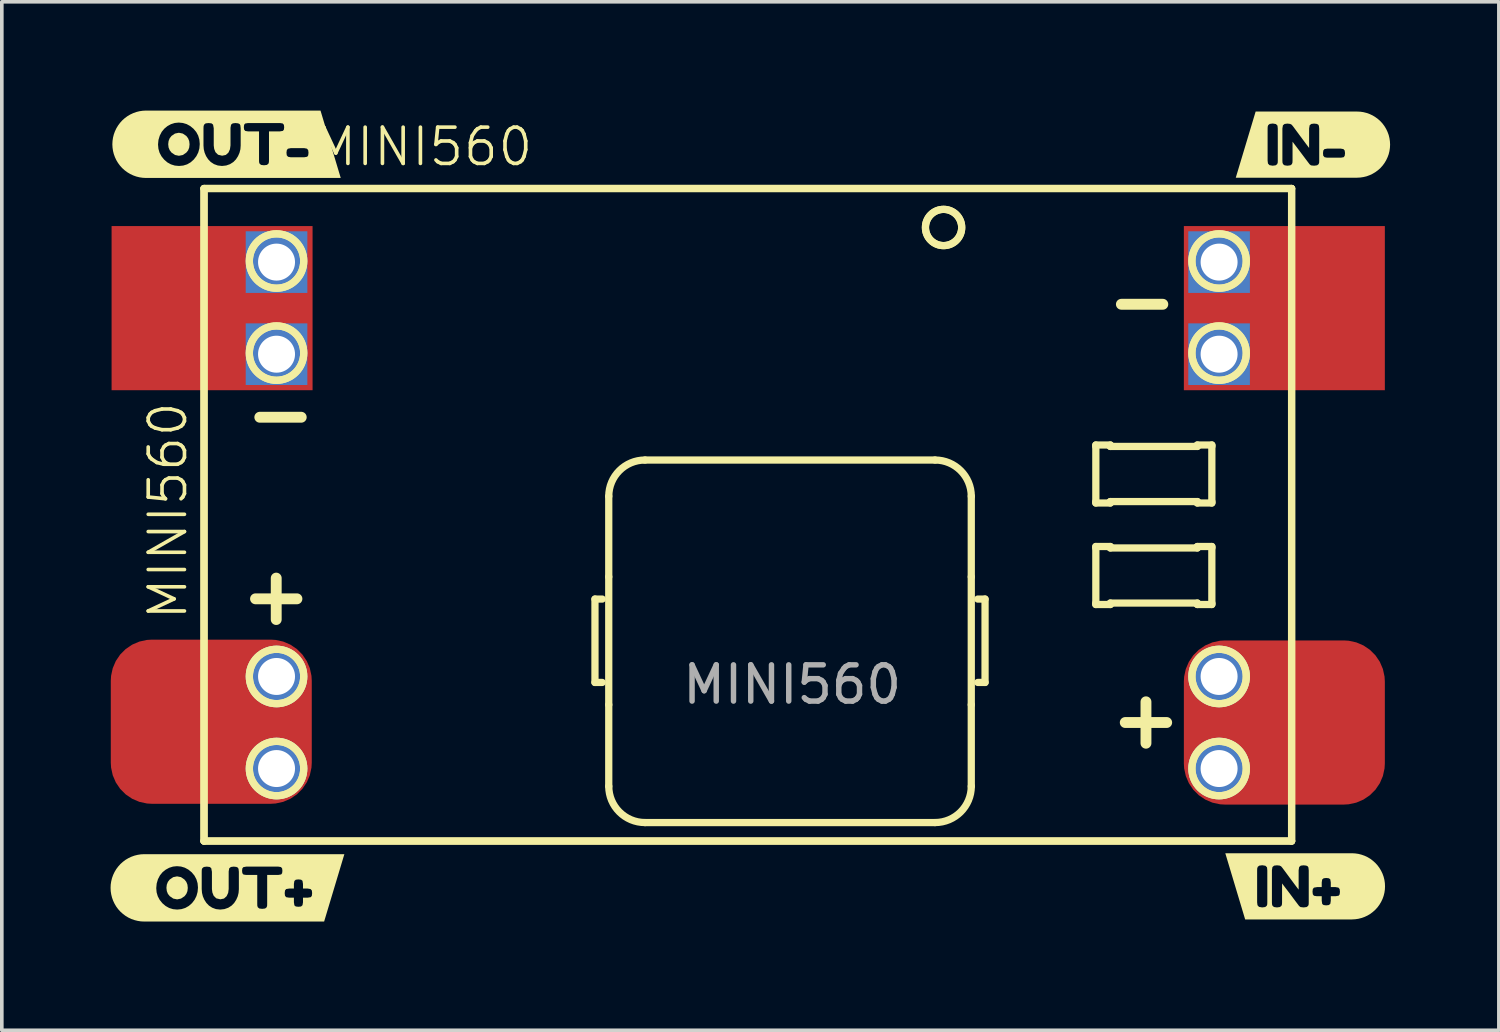
<source format=kicad_pcb>
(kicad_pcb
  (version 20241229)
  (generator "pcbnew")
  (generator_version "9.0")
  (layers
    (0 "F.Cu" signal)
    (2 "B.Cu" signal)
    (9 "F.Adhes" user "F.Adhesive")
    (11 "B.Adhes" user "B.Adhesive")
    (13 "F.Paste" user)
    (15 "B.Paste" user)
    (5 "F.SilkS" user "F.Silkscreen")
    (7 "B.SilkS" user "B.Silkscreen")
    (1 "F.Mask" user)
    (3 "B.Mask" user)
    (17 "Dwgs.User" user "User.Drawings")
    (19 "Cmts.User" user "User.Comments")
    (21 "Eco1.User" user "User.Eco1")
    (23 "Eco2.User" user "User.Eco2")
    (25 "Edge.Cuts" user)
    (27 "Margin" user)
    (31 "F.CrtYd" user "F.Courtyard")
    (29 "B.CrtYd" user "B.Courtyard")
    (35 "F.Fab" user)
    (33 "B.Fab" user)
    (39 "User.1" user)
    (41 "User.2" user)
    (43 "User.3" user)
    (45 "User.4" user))
  (footprint "MINI560"
    (layer "F.Cu")
    (at 4.578 4.15)
    (property "Reference" "MINI560" (at 4.064 -3.15 0) (unlocked yes) (layer "F.SilkS") (effects (font (size 1 1) (thickness 0.1))))
    (attr through_hole)
    (fp_line (start -2 -2) (end -2 16) (stroke (width 0.2) (type solid)) (layer "F.SilkS"))
    (fp_line (start -2 -2) (end 28 -2) (stroke (width 0.2) (type solid)) (layer "F.SilkS"))
    (fp_line (start -2 16) (end -2 -2) (stroke (width 0.2) (type solid)) (layer "F.SilkS"))
    (fp_line (start -2 16) (end 28 16) (stroke (width 0.2) (type solid)) (layer "F.SilkS"))
    (fp_line (start 8.784 11.625) (end 8.784 9.325) (stroke (width 0.2) (type solid)) (layer "F.SilkS"))
    (fp_line (start 8.784 11.625) (end 8.984 11.625) (stroke (width 0.2) (type solid)) (layer "F.SilkS"))
    (fp_line (start 8.984 9.325) (end 8.784 9.325) (stroke (width 0.2) (type solid)) (layer "F.SilkS"))
    (fp_line (start 9.164 6.49) (end 9.164 8.711) (stroke (width 0.2) (type solid)) (layer "F.SilkS"))
    (fp_line (start 9.164 8.711) (end 9.164 12.239) (stroke (width 0.2) (type solid)) (layer "F.SilkS"))
    (fp_line (start 9.164 12.239) (end 9.164 14.49) (stroke (width 0.2) (type solid)) (layer "F.SilkS"))
    (fp_line (start 10.164 15.49) (end 18.164 15.49) (stroke (width 0.2) (type solid)) (layer "F.SilkS"))
    (fp_line (start 18.164 5.49) (end 10.164 5.49) (stroke (width 0.2) (type solid)) (layer "F.SilkS"))
    (fp_line (start 19.164 8.711) (end 19.164 6.49) (stroke (width 0.2) (type solid)) (layer "F.SilkS"))
    (fp_line (start 19.164 12.239) (end 19.164 8.711) (stroke (width 0.2) (type solid)) (layer "F.SilkS"))
    (fp_line (start 19.164 14.49) (end 19.164 12.239) (stroke (width 0.2) (type solid)) (layer "F.SilkS"))
    (fp_line (start 19.344 9.325) (end 19.544 9.325) (stroke (width 0.2) (type solid)) (layer "F.SilkS"))
    (fp_line (start 19.544 11.625) (end 19.344 11.625) (stroke (width 0.2) (type solid)) (layer "F.SilkS"))
    (fp_line (start 19.544 11.625) (end 19.544 9.325) (stroke (width 0.2) (type solid)) (layer "F.SilkS"))
    (fp_line (start 22.6 5.075) (end 22.6 5.115) (stroke (width 0.2) (type solid)) (layer "F.SilkS"))
    (fp_line (start 22.6 5.115) (end 22.6 6.635) (stroke (width 0.2) (type solid)) (layer "F.SilkS"))
    (fp_line (start 22.6 6.635) (end 22.6 6.675) (stroke (width 0.2) (type solid)) (layer "F.SilkS"))
    (fp_line (start 22.6 6.675) (end 23 6.675) (stroke (width 0.2) (type solid)) (layer "F.SilkS"))
    (fp_line (start 22.6 7.875) (end 22.6 7.915) (stroke (width 0.2) (type solid)) (layer "F.SilkS"))
    (fp_line (start 22.6 7.915) (end 22.6 9.435) (stroke (width 0.2) (type solid)) (layer "F.SilkS"))
    (fp_line (start 22.6 9.435) (end 22.6 9.475) (stroke (width 0.2) (type solid)) (layer "F.SilkS"))
    (fp_line (start 22.6 9.475) (end 23 9.475) (stroke (width 0.2) (type solid)) (layer "F.SilkS"))
    (fp_line (start 23 5.075) (end 22.6 5.075) (stroke (width 0.2) (type solid)) (layer "F.SilkS"))
    (fp_line (start 23 5.115) (end 23 5.075) (stroke (width 0.2) (type solid)) (layer "F.SilkS"))
    (fp_line (start 23 6.635) (end 25.4 6.635) (stroke (width 0.2) (type solid)) (layer "F.SilkS"))
    (fp_line (start 23 6.675) (end 23 6.635) (stroke (width 0.2) (type solid)) (layer "F.SilkS"))
    (fp_line (start 23 7.875) (end 22.6 7.875) (stroke (width 0.2) (type solid)) (layer "F.SilkS"))
    (fp_line (start 23 7.915) (end 23 7.875) (stroke (width 0.2) (type solid)) (layer "F.SilkS"))
    (fp_line (start 23 9.435) (end 25.4 9.435) (stroke (width 0.2) (type solid)) (layer "F.SilkS"))
    (fp_line (start 23 9.475) (end 23 9.435) (stroke (width 0.2) (type solid)) (layer "F.SilkS"))
    (fp_line (start 25.4 5.075) (end 25.4 5.115) (stroke (width 0.2) (type solid)) (layer "F.SilkS"))
    (fp_line (start 25.4 5.115) (end 23 5.115) (stroke (width 0.2) (type solid)) (layer "F.SilkS"))
    (fp_line (start 25.4 6.635) (end 25.4 6.675) (stroke (width 0.2) (type solid)) (layer "F.SilkS"))
    (fp_line (start 25.4 6.675) (end 25.8 6.675) (stroke (width 0.2) (type solid)) (layer "F.SilkS"))
    (fp_line (start 25.4 7.875) (end 25.4 7.915) (stroke (width 0.2) (type solid)) (layer "F.SilkS"))
    (fp_line (start 25.4 7.915) (end 23 7.915) (stroke (width 0.2) (type solid)) (layer "F.SilkS"))
    (fp_line (start 25.4 9.435) (end 25.4 9.475) (stroke (width 0.2) (type solid)) (layer "F.SilkS"))
    (fp_line (start 25.4 9.475) (end 25.8 9.475) (stroke (width 0.2) (type solid)) (layer "F.SilkS"))
    (fp_line (start 25.8 5.075) (end 25.4 5.075) (stroke (width 0.2) (type solid)) (layer "F.SilkS"))
    (fp_line (start 25.8 5.115) (end 25.8 5.075) (stroke (width 0.2) (type solid)) (layer "F.SilkS"))
    (fp_line (start 25.8 6.635) (end 25.8 5.115) (stroke (width 0.2) (type solid)) (layer "F.SilkS"))
    (fp_line (start 25.8 6.675) (end 25.8 6.635) (stroke (width 0.2) (type solid)) (layer "F.SilkS"))
    (fp_line (start 25.8 7.875) (end 25.4 7.875) (stroke (width 0.2) (type solid)) (layer "F.SilkS"))
    (fp_line (start 25.8 7.915) (end 25.8 7.875) (stroke (width 0.2) (type solid)) (layer "F.SilkS"))
    (fp_line (start 25.8 9.435) (end 25.8 7.915) (stroke (width 0.2) (type solid)) (layer "F.SilkS"))
    (fp_line (start 25.8 9.475) (end 25.8 9.435) (stroke (width 0.2) (type solid)) (layer "F.SilkS"))
    (fp_line (start 28 -2) (end -2 -2) (stroke (width 0.2) (type solid)) (layer "F.SilkS"))
    (fp_line (start 28 -2) (end 28 16) (stroke (width 0.2) (type solid)) (layer "F.SilkS"))
    (fp_line (start 28 16) (end -2 16) (stroke (width 0.2) (type solid)) (layer "F.SilkS"))
    (fp_line (start 28 16) (end 28 -2) (stroke (width 0.2) (type solid)) (layer "F.SilkS"))
    (fp_arc (start 9.164376 6.489546) (mid 9.45727 5.78244) (end 10.164376 5.489546) (stroke (width 0.2) (type solid)) (layer "F.SilkS"))
    (fp_arc (start 10.164376 15.489546) (mid 9.457269 15.196653) (end 9.164376 14.489546) (stroke (width 0.2) (type solid)) (layer "F.SilkS"))
    (fp_arc (start 18.164376 5.489546) (mid 18.871487 5.782438) (end 19.164376 6.489546) (stroke (width 0.2) (type solid)) (layer "F.SilkS"))
    (fp_arc (start 19.164376 14.489546) (mid 18.871483 15.196653) (end 18.164376 15.489546) (stroke (width 0.2) (type solid)) (layer "F.SilkS"))
    (fp_circle (center 0 0) (end 0 -0.75) (stroke (width 0.2) (type solid)) (fill no) (layer "F.SilkS"))
    (fp_circle (center 0 0) (end 0 -0.75) (stroke (width 0.2) (type solid)) (fill no) (layer "F.SilkS"))
    (fp_circle (center 0 2.54) (end 0 1.79) (stroke (width 0.2) (type solid)) (fill no) (layer "F.SilkS"))
    (fp_circle (center 0 2.54) (end 0 1.79) (stroke (width 0.2) (type solid)) (fill no) (layer "F.SilkS"))
    (fp_circle (center 0 11.46) (end 0 10.71) (stroke (width 0.2) (type solid)) (fill no) (layer "F.SilkS"))
    (fp_circle (center 0 11.46) (end 0 10.71) (stroke (width 0.2) (type solid)) (fill no) (layer "F.SilkS"))
    (fp_circle (center 0 14) (end 0 13.25) (stroke (width 0.2) (type solid)) (fill no) (layer "F.SilkS"))
    (fp_circle (center 0 14) (end 0 13.25) (stroke (width 0.2) (type solid)) (fill no) (layer "F.SilkS"))
    (fp_circle (center 18.4 -0.925) (end 18.4 -1.425) (stroke (width 0.2) (type solid)) (fill no) (layer "F.SilkS"))
    (fp_circle (center 18.4 -0.925) (end 18.4 -1.425) (stroke (width 0.2) (type solid)) (fill no) (layer "F.SilkS"))
    (fp_circle (center 26 0) (end 26 -0.75) (stroke (width 0.2) (type solid)) (fill no) (layer "F.SilkS"))
    (fp_circle (center 26 0) (end 26 -0.75) (stroke (width 0.2) (type solid)) (fill no) (layer "F.SilkS"))
    (fp_circle (center 26 2.54) (end 26 1.79) (stroke (width 0.2) (type solid)) (fill no) (layer "F.SilkS"))
    (fp_circle (center 26 2.54) (end 26 1.79) (stroke (width 0.2) (type solid)) (fill no) (layer "F.SilkS"))
    (fp_circle (center 26 11.46) (end 26 10.71) (stroke (width 0.2) (type solid)) (fill no) (layer "F.SilkS"))
    (fp_circle (center 26 11.46) (end 26 10.71) (stroke (width 0.2) (type solid)) (fill no) (layer "F.SilkS"))
    (fp_circle (center 26 14) (end 26 13.25) (stroke (width 0.2) (type solid)) (fill no) (layer "F.SilkS"))
    (fp_circle (center 26 14) (end 26 13.25) (stroke (width 0.2) (type solid)) (fill no) (layer "F.SilkS"))
    (fp_poly (pts (xy -3.037 17.291) (xy -3.027 17.379) (xy -2.997 17.456) (xy -2.946 17.52) (xy -2.849 17.587) (xy -2.742 17.609) (xy -2.635 17.587) (xy -2.539 17.523) (xy -2.489 17.459) (xy -2.458 17.382) (xy -2.448 17.293) (xy -2.458 17.203) (xy -2.489 17.125) (xy -2.54 17.061) (xy -2.636 16.995) (xy -2.744 16.974) (xy -2.851 16.996) (xy -2.947 17.062) (xy -2.997 17.126) (xy -3.027 17.203) (xy -3.037 17.291)) (stroke (width 0) (type solid)) (fill yes) (layer "F.SilkS"))
    (fp_poly (pts (xy -2.988 -3.221) (xy -2.978 -3.132) (xy -2.947 -3.056) (xy -2.897 -2.991) (xy -2.8 -2.925) (xy -2.693 -2.903) (xy -2.586 -2.924) (xy -2.49 -2.989) (xy -2.439 -3.052) (xy -2.409 -3.129) (xy -2.399 -3.219) (xy -2.409 -3.309) (xy -2.44 -3.386) (xy -2.49 -3.451) (xy -2.587 -3.516) (xy -2.694 -3.538) (xy -2.801 -3.516) (xy -2.898 -3.45) (xy -2.948 -3.385) (xy -2.978 -3.309) (xy -2.988 -3.221)) (stroke (width 0) (type solid)) (fill yes) (layer "F.SilkS"))
    (fp_poly (pts (xy 27.338 -4.123) (xy 27.008 -4.123) (xy 26.46 -2.298) (xy 27.008 -2.298) (xy 27.338 -2.298) (xy 27.478 -2.298) (xy 27.478 -2.629) (xy 27.39 -2.644) (xy 27.348 -2.689) (xy 27.338 -2.77) (xy 27.338 -3.653) (xy 27.341 -3.708) (xy 27.356 -3.75) (xy 27.398 -3.782) (xy 27.48 -3.793) (xy 27.568 -3.778) (xy 27.611 -3.734) (xy 27.619 -3.651) (xy 27.619 -2.769) (xy 27.617 -2.713) (xy 27.602 -2.672) (xy 27.56 -2.64) (xy 27.478 -2.629) (xy 27.478 -2.298) (xy 28.621 -2.298) (xy 28.621 -2.629) (xy 28.535 -2.638) (xy 28.496 -2.669) (xy 28.383 -2.818) (xy 28.285 -2.949) (xy 28.2 -3.062) (xy 28.128 -3.157) (xy 28.07 -3.233) (xy 28.026 -3.291) (xy 28.026 -2.769) (xy 28.023 -2.713) (xy 28.008 -2.672) (xy 27.966 -2.64) (xy 27.884 -2.629) (xy 27.805 -2.64) (xy 27.764 -2.672) (xy 27.749 -2.715) (xy 27.746 -2.77) (xy 27.746 -3.656) (xy 27.761 -3.744) (xy 27.807 -3.781) (xy 27.884 -3.791) (xy 27.96 -3.782) (xy 27.999 -3.762) (xy 28.035 -3.721) (xy 28.141 -3.578) (xy 28.234 -3.452) (xy 28.315 -3.343) (xy 28.383 -3.251) (xy 28.439 -3.177) (xy 28.483 -3.119) (xy 28.483 -3.656) (xy 28.498 -3.744) (xy 28.543 -3.781) (xy 28.619 -3.791) (xy 28.692 -3.783) (xy 28.733 -3.764) (xy 28.753 -3.731) (xy 28.762 -3.65) (xy 28.762 -2.769) (xy 28.76 -2.713) (xy 28.745 -2.672) (xy 28.703 -2.64) (xy 28.621 -2.629) (xy 28.621 -2.298) (xy 29.358 -2.298) (xy 29.358 -2.85) (xy 28.98 -2.85) (xy 28.909 -2.863) (xy 28.873 -2.904) (xy 28.866 -2.977) (xy 28.875 -3.048) (xy 28.905 -3.086) (xy 28.981 -3.1) (xy 29.359 -3.1) (xy 29.43 -3.087) (xy 29.464 -3.048) (xy 29.474 -2.975) (xy 29.465 -2.903) (xy 29.437 -2.864) (xy 29.358 -2.85) (xy 29.358 -2.298) (xy 29.474 -2.298) (xy 29.804 -2.298) (xy 29.894 -2.303) (xy 29.982 -2.316) (xy 30.069 -2.337) (xy 30.153 -2.368) (xy 30.234 -2.406) (xy 30.311 -2.452) (xy 30.383 -2.505) (xy 30.45 -2.565) (xy 30.51 -2.632) (xy 30.563 -2.704) (xy 30.609 -2.781) (xy 30.647 -2.862) (xy 30.678 -2.946) (xy 30.699 -3.033) (xy 30.712 -3.121) (xy 30.717 -3.211) (xy 30.712 -3.3) (xy 30.699 -3.389) (xy 30.678 -3.476) (xy 30.647 -3.56) (xy 30.609 -3.641) (xy 30.563 -3.718) (xy 30.51 -3.79) (xy 30.45 -3.856) (xy 30.383 -3.916) (xy 30.311 -3.969) (xy 30.234 -4.016) (xy 30.153 -4.054) (xy 30.069 -4.084) (xy 29.982 -4.106) (xy 29.894 -4.119) (xy 29.804 -4.123) (xy 29.474 -4.123) (xy 27.338 -4.123)) (stroke (width 0) (type solid)) (fill yes) (layer "F.SilkS"))
    (fp_poly (pts (xy 27.049 16.336) (xy 26.719 16.336) (xy 26.171 16.336) (xy 26.719 18.162) (xy 27.049 18.162) (xy 27.189 18.162) (xy 27.189 17.831) (xy 27.101 17.816) (xy 27.059 17.77) (xy 27.049 17.69) (xy 27.049 16.807) (xy 27.052 16.752) (xy 27.067 16.71) (xy 27.109 16.678) (xy 27.191 16.667) (xy 27.279 16.682) (xy 27.322 16.726) (xy 27.33 16.808) (xy 27.33 17.691) (xy 27.328 17.747) (xy 27.313 17.788) (xy 27.271 17.82) (xy 27.189 17.831) (xy 27.189 18.162) (xy 28.332 18.162) (xy 28.332 17.831) (xy 28.246 17.821) (xy 28.207 17.791) (xy 28.094 17.642) (xy 27.996 17.51) (xy 27.911 17.397) (xy 27.839 17.303) (xy 27.781 17.227) (xy 27.737 17.169) (xy 27.737 17.691) (xy 27.734 17.747) (xy 27.719 17.788) (xy 27.677 17.82) (xy 27.596 17.831) (xy 27.516 17.82) (xy 27.475 17.788) (xy 27.46 17.745) (xy 27.457 17.69) (xy 27.457 16.804) (xy 27.472 16.716) (xy 27.518 16.678) (xy 27.596 16.669) (xy 27.671 16.677) (xy 27.71 16.697) (xy 27.746 16.739) (xy 27.852 16.882) (xy 27.945 17.008) (xy 28.026 17.117) (xy 28.094 17.209) (xy 28.15 17.283) (xy 28.194 17.34) (xy 28.194 16.804) (xy 28.209 16.716) (xy 28.254 16.678) (xy 28.33 16.669) (xy 28.403 16.677) (xy 28.444 16.696) (xy 28.464 16.729) (xy 28.473 16.81) (xy 28.473 17.691) (xy 28.471 17.747) (xy 28.456 17.788) (xy 28.414 17.82) (xy 28.332 17.831) (xy 28.332 18.162) (xy 28.955 18.162) (xy 28.955 17.774) (xy 28.883 17.765) (xy 28.845 17.736) (xy 28.831 17.648) (xy 28.831 17.521) (xy 28.692 17.521) (xy 28.616 17.509) (xy 28.585 17.468) (xy 28.577 17.396) (xy 28.585 17.324) (xy 28.616 17.285) (xy 28.704 17.27) (xy 28.831 17.27) (xy 28.831 17.142) (xy 28.843 17.061) (xy 28.884 17.027) (xy 28.956 17.018) (xy 29.028 17.027) (xy 29.067 17.056) (xy 29.081 17.143) (xy 29.081 17.27) (xy 29.21 17.27) (xy 29.291 17.284) (xy 29.325 17.324) (xy 29.334 17.397) (xy 29.326 17.469) (xy 29.299 17.507) (xy 29.218 17.521) (xy 29.081 17.521) (xy 29.081 17.65) (xy 29.068 17.731) (xy 29.027 17.765) (xy 28.955 17.774) (xy 28.955 18.162) (xy 29.334 18.162) (xy 29.665 18.162) (xy 29.754 18.157) (xy 29.843 18.144) (xy 29.929 18.122) (xy 30.014 18.092) (xy 30.095 18.054) (xy 30.172 18.008) (xy 30.243 17.954) (xy 30.31 17.894) (xy 30.37 17.828) (xy 30.423 17.756) (xy 30.469 17.679) (xy 30.508 17.598) (xy 30.538 17.514) (xy 30.56 17.427) (xy 30.573 17.338) (xy 30.577 17.249) (xy 30.573 17.16) (xy 30.56 17.071) (xy 30.538 16.984) (xy 30.508 16.9) (xy 30.469 16.819) (xy 30.423 16.742) (xy 30.37 16.67) (xy 30.31 16.604) (xy 30.243 16.544) (xy 30.172 16.49) (xy 30.095 16.444) (xy 30.014 16.406) (xy 29.929 16.376) (xy 29.843 16.354) (xy 29.754 16.341) (xy 29.665 16.336) (xy 29.334 16.336) (xy 27.049 16.336)) (stroke (width 0) (type solid)) (fill yes) (layer "F.SilkS"))
    (fp_poly (pts (xy -3.269 -4.15) (xy -3.6 -4.15) (xy -3.691 -4.145) (xy -3.781 -4.132) (xy -3.869 -4.11) (xy -3.955 -4.079) (xy -4.038 -4.04) (xy -4.116 -3.993) (xy -4.189 -3.939) (xy -4.257 -3.878) (xy -4.318 -3.81) (xy -4.372 -3.737) (xy -4.419 -3.659) (xy -4.458 -3.576) (xy -4.489 -3.49) (xy -4.511 -3.402) (xy -4.524 -3.312) (xy -4.529 -3.221) (xy -4.524 -3.129) (xy -4.511 -3.039) (xy -4.489 -2.951) (xy -4.458 -2.865) (xy -4.419 -2.782) (xy -4.372 -2.704) (xy -4.318 -2.631) (xy -4.257 -2.563) (xy -4.189 -2.502) (xy -4.116 -2.448) (xy -4.038 -2.401) (xy -3.955 -2.362) (xy -3.869 -2.331) (xy -3.781 -2.309) (xy -3.691 -2.296) (xy -3.6 -2.291) (xy -3.269 -2.291) (xy -2.69 -2.291) (xy -2.69 -2.622) (xy -2.806 -2.633) (xy -2.913 -2.666) (xy -3.011 -2.72) (xy -3.1 -2.797) (xy -3.174 -2.888) (xy -3.227 -2.988) (xy -3.258 -3.096) (xy -3.269 -3.213) (xy -3.257 -3.34) (xy -3.221 -3.459) (xy -3.166 -3.565) (xy -3.094 -3.652) (xy -3.009 -3.722) (xy -2.912 -3.775) (xy -2.807 -3.808) (xy -2.699 -3.819) (xy -2.585 -3.808) (xy -2.48 -3.777) (xy -2.381 -3.723) (xy -2.291 -3.649) (xy -2.215 -3.559) (xy -2.161 -3.459) (xy -2.129 -3.348) (xy -2.118 -3.228) (xy -2.128 -3.107) (xy -2.159 -2.995) (xy -2.211 -2.892) (xy -2.283 -2.799) (xy -2.37 -2.722) (xy -2.467 -2.666) (xy -2.574 -2.633) (xy -2.69 -2.622) (xy -2.69 -2.291) (xy -1.504 -2.291) (xy -1.504 -2.622) (xy -1.62 -2.635) (xy -1.725 -2.673) (xy -1.815 -2.732) (xy -1.886 -2.806) (xy -1.943 -2.893) (xy -1.983 -2.986) (xy -2.007 -3.084) (xy -2.015 -3.187) (xy -2.015 -3.665) (xy -2.012 -3.721) (xy -1.997 -3.763) (xy -1.955 -3.797) (xy -1.874 -3.806) (xy -1.793 -3.797) (xy -1.751 -3.763) (xy -1.732 -3.663) (xy -1.732 -3.187) (xy -1.72 -3.093) (xy -1.685 -3.003) (xy -1.613 -2.932) (xy -1.501 -2.905) (xy -1.399 -2.926) (xy -1.327 -2.99) (xy -1.285 -3.083) (xy -1.27 -3.189) (xy -1.27 -3.675) (xy -1.254 -3.762) (xy -1.208 -3.797) (xy -1.133 -3.806) (xy -1.061 -3.798) (xy -1.019 -3.779) (xy -0.999 -3.746) (xy -0.989 -3.663) (xy -0.989 -3.184) (xy -0.997 -3.082) (xy -1.022 -2.984) (xy -1.063 -2.891) (xy -1.12 -2.803) (xy -1.192 -2.73) (xy -1.283 -2.672) (xy -1.388 -2.635) (xy -1.504 -2.622) (xy -1.504 -2.291) (xy -0.346 -2.291) (xy -0.346 -2.641) (xy -0.425 -2.651) (xy -0.466 -2.683) (xy -0.481 -2.724) (xy -0.483 -2.779) (xy -0.483 -3.576) (xy -0.788 -3.576) (xy -0.862 -3.588) (xy -0.894 -3.625) (xy -0.902 -3.692) (xy -0.894 -3.758) (xy -0.867 -3.792) (xy -0.786 -3.806) (xy 0.097 -3.806) (xy 0.171 -3.794) (xy 0.203 -3.757) (xy 0.211 -3.69) (xy 0.203 -3.625) (xy 0.176 -3.59) (xy 0.095 -3.576) (xy -0.208 -3.576) (xy -0.208 -2.778) (xy -0.211 -2.724) (xy -0.225 -2.683) (xy -0.267 -2.651) (xy -0.346 -2.641) (xy -0.346 -2.291) (xy 0.766 -2.291) (xy 0.766 -2.862) (xy 0.389 -2.862) (xy 0.318 -2.875) (xy 0.282 -2.916) (xy 0.274 -2.989) (xy 0.284 -3.06) (xy 0.314 -3.098) (xy 0.39 -3.113) (xy 0.768 -3.113) (xy 0.839 -3.099) (xy 0.873 -3.06) (xy 0.882 -2.987) (xy 0.874 -2.915) (xy 0.846 -2.876) (xy 0.766 -2.862) (xy 0.766 -2.291) (xy 0.882 -2.291) (xy 1.213 -2.291) (xy 1.771 -2.291) (xy 1.213 -4.15) (xy 0.882 -4.15) (xy -3.269 -4.15)) (stroke (width 0) (type solid)) (fill yes) (layer "F.SilkS"))
    (fp_poly (pts (xy -3.318 16.362) (xy -3.649 16.362) (xy -3.74 16.366) (xy -3.83 16.38) (xy -3.919 16.402) (xy -4.005 16.433) (xy -4.087 16.472) (xy -4.165 16.518) (xy -4.238 16.573) (xy -4.306 16.634) (xy -4.367 16.702) (xy -4.422 16.775) (xy -4.468 16.853) (xy -4.507 16.935) (xy -4.538 17.021) (xy -4.56 17.11) (xy -4.574 17.2) (xy -4.578 17.291) (xy -4.574 17.382) (xy -4.56 17.472) (xy -4.538 17.561) (xy -4.507 17.647) (xy -4.468 17.729) (xy -4.422 17.807) (xy -4.367 17.881) (xy -4.306 17.948) (xy -4.238 18.009) (xy -4.165 18.064) (xy -4.087 18.111) (xy -4.005 18.15) (xy -3.919 18.18) (xy -3.83 18.202) (xy -3.74 18.216) (xy -3.649 18.22) (xy -3.318 18.22) (xy -2.739 18.22) (xy -2.739 17.89) (xy -2.855 17.879) (xy -2.962 17.846) (xy -3.06 17.791) (xy -3.149 17.715) (xy -3.223 17.623) (xy -3.276 17.524) (xy -3.308 17.415) (xy -3.318 17.299) (xy -3.306 17.171) (xy -3.271 17.052) (xy -3.215 16.946) (xy -3.144 16.859) (xy -3.058 16.79) (xy -2.961 16.737) (xy -2.856 16.704) (xy -2.748 16.693) (xy -2.635 16.703) (xy -2.529 16.735) (xy -2.431 16.788) (xy -2.34 16.862) (xy -2.265 16.952) (xy -2.211 17.053) (xy -2.178 17.163) (xy -2.167 17.284) (xy -2.178 17.405) (xy -2.209 17.517) (xy -2.26 17.619) (xy -2.332 17.713) (xy -2.42 17.79) (xy -2.517 17.845) (xy -2.623 17.878) (xy -2.739 17.89) (xy -2.739 18.22) (xy -1.554 18.22) (xy -1.554 17.89) (xy -1.67 17.877) (xy -1.774 17.839) (xy -1.864 17.78) (xy -1.936 17.705) (xy -1.992 17.618) (xy -2.032 17.526) (xy -2.056 17.428) (xy -2.064 17.324) (xy -2.064 16.847) (xy -2.062 16.79) (xy -2.047 16.748) (xy -2.004 16.715) (xy -1.923 16.705) (xy -1.842 16.715) (xy -1.801 16.748) (xy -1.782 16.848) (xy -1.782 17.324) (xy -1.77 17.419) (xy -1.734 17.509) (xy -1.663 17.58) (xy -1.55 17.607) (xy -1.449 17.586) (xy -1.377 17.521) (xy -1.334 17.429) (xy -1.32 17.323) (xy -1.32 16.837) (xy -1.304 16.75) (xy -1.258 16.715) (xy -1.182 16.705) (xy -1.11 16.713) (xy -1.069 16.732) (xy -1.048 16.766) (xy -1.039 16.848) (xy -1.039 17.328) (xy -1.047 17.43) (xy -1.071 17.528) (xy -1.112 17.62) (xy -1.169 17.709) (xy -1.241 17.782) (xy -1.332 17.84) (xy -1.438 17.877) (xy -1.554 17.89) (xy -1.554 18.22) (xy -0.396 18.22) (xy -0.396 17.87) (xy -0.474 17.861) (xy -0.516 17.828) (xy -0.53 17.787) (xy -0.532 17.732) (xy -0.532 16.935) (xy -0.837 16.935) (xy -0.912 16.924) (xy -0.943 16.886) (xy -0.951 16.82) (xy -0.943 16.754) (xy -0.916 16.72) (xy -0.835 16.705) (xy 0.047 16.705) (xy 0.122 16.717) (xy 0.154 16.754) (xy 0.162 16.821) (xy 0.154 16.887) (xy 0.127 16.921) (xy 0.046 16.935) (xy -0.258 16.935) (xy -0.258 17.734) (xy -0.26 17.788) (xy -0.274 17.828) (xy -0.316 17.861) (xy -0.396 17.87) (xy -0.396 18.22) (xy 0.604 18.22) (xy 0.604 17.813) (xy 0.531 17.805) (xy 0.493 17.775) (xy 0.479 17.688) (xy 0.479 17.561) (xy 0.341 17.561) (xy 0.265 17.548) (xy 0.233 17.508) (xy 0.225 17.436) (xy 0.234 17.363) (xy 0.265 17.324) (xy 0.352 17.31) (xy 0.479 17.31) (xy 0.479 17.182) (xy 0.492 17.101) (xy 0.532 17.066) (xy 0.604 17.058) (xy 0.677 17.066) (xy 0.716 17.096) (xy 0.73 17.183) (xy 0.73 17.31) (xy 0.858 17.31) (xy 0.939 17.324) (xy 0.974 17.364) (xy 0.982 17.436) (xy 0.974 17.509) (xy 0.947 17.547) (xy 0.866 17.561) (xy 0.73 17.561) (xy 0.73 17.69) (xy 0.716 17.77) (xy 0.676 17.805) (xy 0.604 17.813) (xy 0.604 18.22) (xy 0.982 18.22) (xy 1.313 18.22) (xy 1.871 16.362) (xy 1.313 16.362) (xy 0.982 16.362) (xy -3.318 16.362)) (stroke (width 0) (type solid)) (fill yes) (layer "F.SilkS"))
    (fp_text user "+" (at 0.762 10.444 90) (unlocked yes) (layer "F.SilkS") (effects (font (size 1.5 1.5) (thickness 0.3) (bold yes)) (justify left bottom)))
    (fp_text user "MINI560" (at -2.997 9.957 270) (layer "F.SilkS") (effects (font (size 1 1) (thickness 0.1)) (justify left)))
    (fp_text user "+" (at 23.876 12.73 90) (unlocked yes) (layer "F.SilkS") (effects (font (size 1.5 1.5) (thickness 0.3) (bold yes))))
    (fp_text user "-" (at 23.876 1.3 180) (unlocked yes) (layer "F.SilkS") (effects (font (size 1.5 1.5) (thickness 0.3) (bold yes))))
    (fp_text user "-" (at -1.016 5.08 0) (unlocked yes) (layer "F.SilkS") (effects (font (size 1.5 1.5) (thickness 0.3) (bold yes)) (justify left bottom)))
    (fp_text user "${REFERENCE}" (at 14.224 11.684 0) (unlocked yes) (layer "F.Fab") (effects (font (size 1 1) (thickness 0.15))))
    (pad "1" smd rect (at -1.778 1.3 90) (size 4.528 5.544) (layers "F.Cu" "F.Mask"))
    (pad "1" thru_hole rect (at 0 0.03 90) (size 1.7 1.7) (drill 1.02) (layers "*.Cu" "*.Mask"))
    (pad "1" thru_hole rect (at 0 2.57 90) (size 1.7 1.7) (drill 1.02) (layers "*.Cu" "*.Mask"))
    (pad "1" thru_hole rect (at 26 0.03 90) (size 1.7 1.7) (drill 1.02) (layers "*.Cu" "*.Mask"))
    (pad "1" thru_hole rect (at 26 2.57 90) (size 1.7 1.7) (drill 1.02) (layers "*.Cu" "*.Mask"))
    (pad "1" smd rect (at 27.8 1.3 90) (size 4.528 5.544) (layers "F.Cu" "F.Mask"))
    (pad "2" thru_hole circle (at 26 11.46 90) (size 1.7 1.7) (drill 1.02) (layers "*.Cu" "*.Mask"))
    (pad "2" thru_hole circle (at 26 14 90) (size 1.7 1.7) (drill 1.02) (layers "*.Cu" "*.Mask"))
    (pad "2" smd roundrect (at 27.8 12.73 90) (size 4.528 5.544) (layers "F.Cu" "F.Mask") (roundrect_rratio 0.25))
    (pad "3" smd roundrect (at -1.8 12.708 90) (size 4.528 5.544) (layers "F.Cu" "F.Mask") (roundrect_rratio 0.25))
    (pad "3" thru_hole circle (at 0 11.46 90) (size 1.7 1.7) (drill 1.02) (layers "*.Cu" "*.Mask"))
    (pad "3" thru_hole circle (at 0 14 90) (size 1.7 1.7) (drill 1.02) (layers "*.Cu" "*.Mask")))
  (gr_rect
    (start -3 -3)
    (end 38.295 25.37)
    (stroke (width 0.1) (type default))
    (fill no)
    (layer "Edge.Cuts")))
</source>
